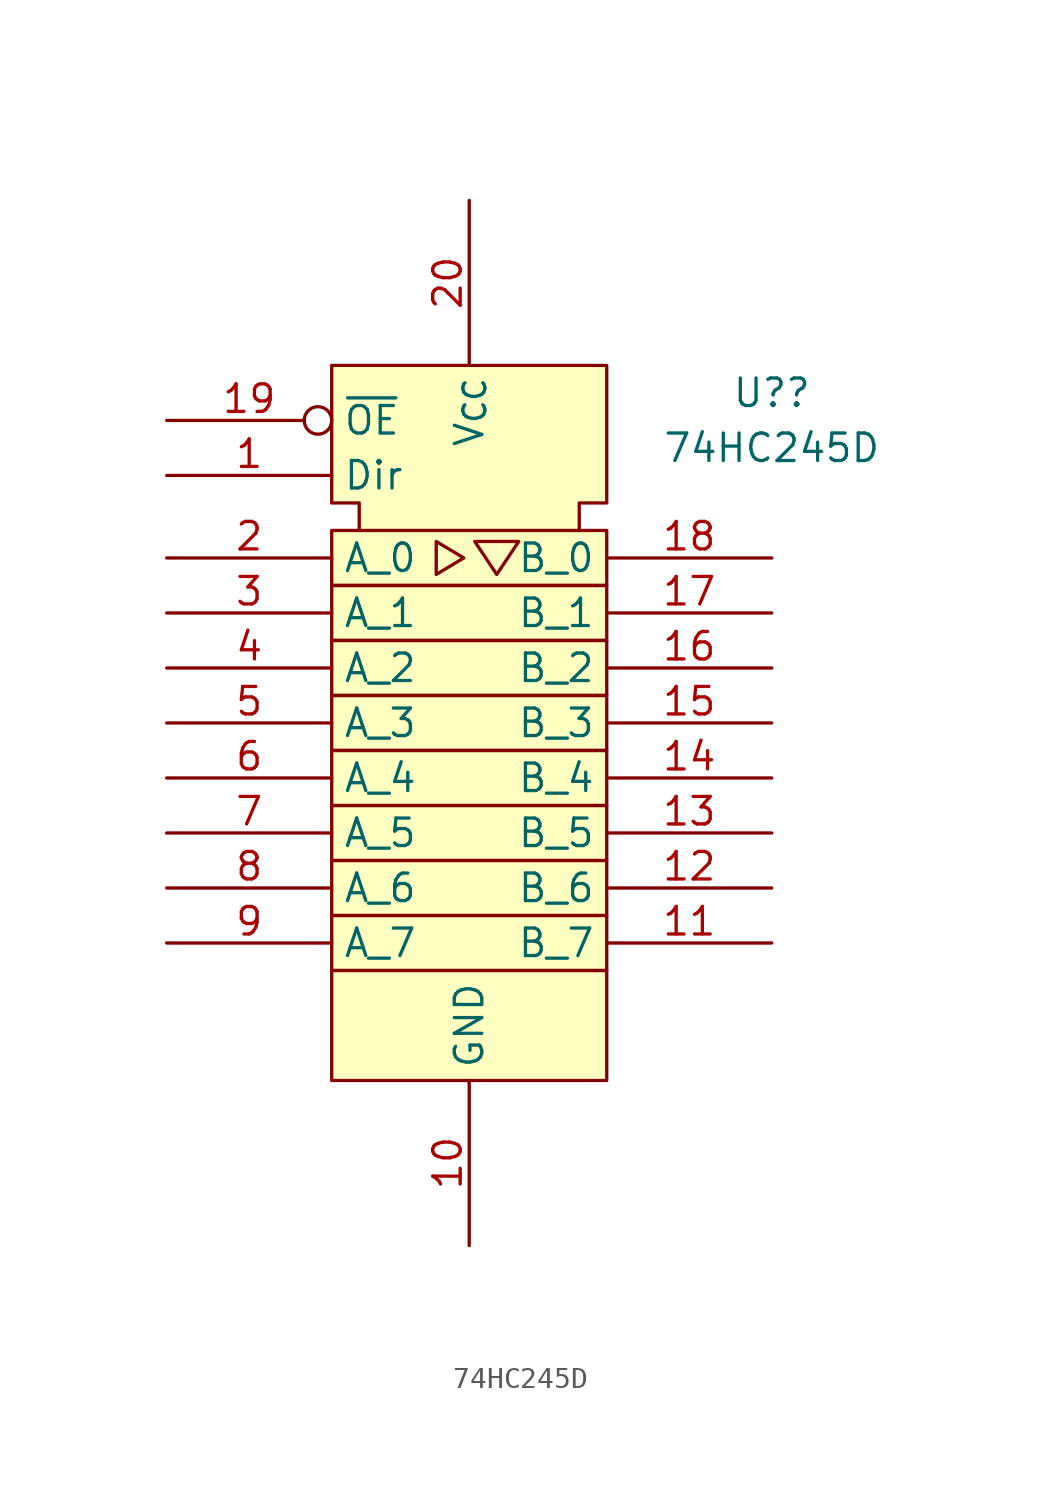
<source format=kicad_sym>
(kicad_symbol_lib
  (version 20211014)
  (generator kicad_symbol_editor)
  (symbol "74HC245D"
    (property "Reference" "U?"
      (at 13.97 13.97 0)
      (effects (font (size 1.27 1.27))))
    (property "Value" "74HC245D"
      (at 13.97 11.43 0)
      (effects (font (size 1.27 1.27))))
    (symbol "74HC245D_0_0"
      (polyline (pts (xy -1.524 7.112) (xy -1.524 5.588) (xy -0.254 6.35) (xy -1.524 7.112) (xy -1.524 7.112)) (stroke (width 0) (type default) (color 0 0 0 0)) (fill (type none)))
      (polyline (pts (xy 0.762 7.112) (xy 2.286 7.112) (xy 1.27 5.588) (xy 0.254 7.112) (xy 0.762 7.112) (xy 0.762 7.112)) (stroke (width 0) (type default) (color 0 0 0 0)) (fill (type none))))
    (symbol "74HC245D_0_1"
      (rectangle (start -6.35 -12.7) (end 6.35 -17.78) (stroke (width 0) (type default) (color 0 0 0 0)) (fill (type background)))
      (rectangle (start -6.35 -10.16) (end 6.35 -12.7) (stroke (width 0) (type default) (color 0 0 0 0)) (fill (type background)))
      (rectangle (start -6.35 -7.62) (end 6.35 -10.16) (stroke (width 0) (type default) (color 0 0 0 0)) (fill (type background)))
      (rectangle (start -6.35 -5.08) (end 6.35 -7.62) (stroke (width 0) (type default) (color 0 0 0 0)) (fill (type background)))
      (rectangle (start -6.35 -2.54) (end 6.35 -5.08) (stroke (width 0) (type default) (color 0 0 0 0)) (fill (type background)))
      (rectangle (start -6.35 0) (end 6.35 -2.54) (stroke (width 0) (type default) (color 0 0 0 0)) (fill (type background)))
      (rectangle (start -6.35 2.54) (end 6.35 0) (stroke (width 0) (type default) (color 0 0 0 0)) (fill (type background)))
      (rectangle (start -6.35 5.08) (end 6.35 2.54) (stroke (width 0) (type default) (color 0 0 0 0)) (fill (type background)))
      (rectangle (start -6.35 7.62) (end 6.35 5.08) (stroke (width 0) (type default) (color 0 0 0 0)) (fill (type background)))
      (polyline (pts (xy -5.08 7.62) (xy -5.08 8.89) (xy -6.35 8.89) (xy -6.35 15.24) (xy 6.35 15.24) (xy 6.35 8.89) (xy 5.08 8.89) (xy 5.08 7.62) (xy 5.08 7.62)) (stroke (width 0) (type default) (color 0 0 0 0)) (fill (type background))))
    (symbol "74HC245D_1_0"
      (pin input line (at -13.97 10.16 0) (length 7.62) (name "Dir" (effects (font (size 1.27 1.27)))) (number "1" (effects (font (size 1.27 1.27)))))
      (pin power_out line (at 0 -25.4 90) (length 7.62) (name "GND" (effects (font (size 1.27 1.27)))) (number "10" (effects (font (size 1.27 1.27)))))
      (pin bidirectional line (at 13.97 -11.43 180) (length 7.62) (name "B_7" (effects (font (size 1.27 1.27)))) (number "11" (effects (font (size 1.27 1.27)))))
      (pin bidirectional line (at 13.97 -8.89 180) (length 7.62) (name "B_6" (effects (font (size 1.27 1.27)))) (number "12" (effects (font (size 1.27 1.27)))))
      (pin bidirectional line (at 13.97 -6.35 180) (length 7.62) (name "B_5" (effects (font (size 1.27 1.27)))) (number "13" (effects (font (size 1.27 1.27)))))
      (pin bidirectional line (at 13.97 -3.81 180) (length 7.62) (name "B_4" (effects (font (size 1.27 1.27)))) (number "14" (effects (font (size 1.27 1.27)))))
      (pin bidirectional line (at 13.97 -1.27 180) (length 7.62) (name "B_3" (effects (font (size 1.27 1.27)))) (number "15" (effects (font (size 1.27 1.27)))))
      (pin bidirectional line (at 13.97 1.27 180) (length 7.62) (name "B_2" (effects (font (size 1.27 1.27)))) (number "16" (effects (font (size 1.27 1.27)))))
      (pin bidirectional line (at 13.97 3.81 180) (length 7.62) (name "B_1" (effects (font (size 1.27 1.27)))) (number "17" (effects (font (size 1.27 1.27)))))
      (pin bidirectional line (at 13.97 6.35 180) (length 7.62) (name "B_0" (effects (font (size 1.27 1.27)))) (number "18" (effects (font (size 1.27 1.27)))))
      (pin input inverted (at -13.97 12.7 0) (length 7.62) (name "~{OE}" (effects (font (size 1.27 1.27)))) (number "19" (effects (font (size 1.27 1.27)))))
      (pin bidirectional line (at -13.97 6.35 0) (length 7.62) (name "A_0" (effects (font (size 1.27 1.27)))) (number "2" (effects (font (size 1.27 1.27)))))
      (pin power_in line (at 0 22.86 270) (length 7.62) (name "V_{CC}" (effects (font (size 1.27 1.27)))) (number "20" (effects (font (size 1.27 1.27)))))
      (pin bidirectional line (at -13.97 3.81 0) (length 7.62) (name "A_1" (effects (font (size 1.27 1.27)))) (number "3" (effects (font (size 1.27 1.27)))))
      (pin bidirectional line (at -13.97 1.27 0) (length 7.62) (name "A_2" (effects (font (size 1.27 1.27)))) (number "4" (effects (font (size 1.27 1.27)))))
      (pin bidirectional line (at -13.97 -1.27 0) (length 7.62) (name "A_3" (effects (font (size 1.27 1.27)))) (number "5" (effects (font (size 1.27 1.27)))))
      (pin bidirectional line (at -13.97 -3.81 0) (length 7.62) (name "A_4" (effects (font (size 1.27 1.27)))) (number "6" (effects (font (size 1.27 1.27)))))
      (pin bidirectional line (at -13.97 -6.35 0) (length 7.62) (name "A_5" (effects (font (size 1.27 1.27)))) (number "7" (effects (font (size 1.27 1.27)))))
      (pin bidirectional line (at -13.97 -8.89 0) (length 7.62) (name "A_6" (effects (font (size 1.27 1.27)))) (number "8" (effects (font (size 1.27 1.27)))))
      (pin bidirectional line (at -13.97 -11.43 0) (length 7.62) (name "A_7" (effects (font (size 1.27 1.27)))) (number "9" (effects (font (size 1.27 1.27))))))))
</source>
